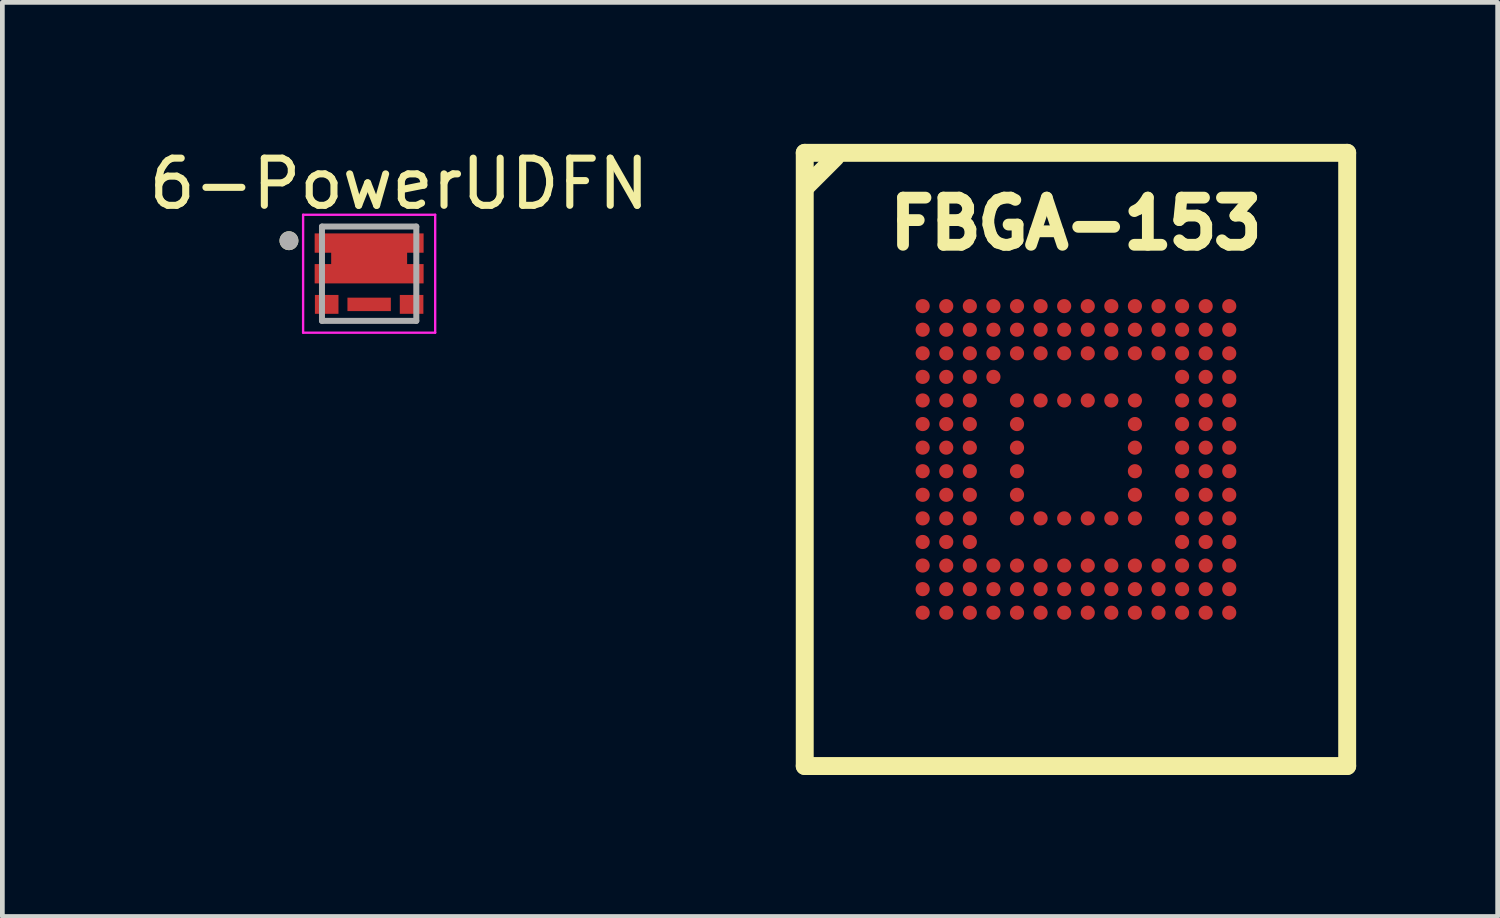
<source format=kicad_pcb>
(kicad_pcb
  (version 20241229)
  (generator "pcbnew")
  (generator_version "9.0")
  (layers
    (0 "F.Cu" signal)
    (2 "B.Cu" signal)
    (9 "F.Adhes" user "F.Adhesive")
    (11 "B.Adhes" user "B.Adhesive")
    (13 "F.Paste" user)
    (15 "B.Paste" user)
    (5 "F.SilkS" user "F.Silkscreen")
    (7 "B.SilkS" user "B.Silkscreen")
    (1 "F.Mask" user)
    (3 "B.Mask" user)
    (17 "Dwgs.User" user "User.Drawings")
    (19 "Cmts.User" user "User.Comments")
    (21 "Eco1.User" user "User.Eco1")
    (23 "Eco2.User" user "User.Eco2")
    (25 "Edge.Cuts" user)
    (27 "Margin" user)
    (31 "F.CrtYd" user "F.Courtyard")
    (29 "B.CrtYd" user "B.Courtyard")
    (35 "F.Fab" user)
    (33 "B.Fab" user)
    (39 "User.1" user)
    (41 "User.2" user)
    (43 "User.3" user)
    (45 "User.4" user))
  (footprint "6-PowerUDFN"
    (layer "F.Cu")
    (at 4.776 2.753)
    (property "Reference" "6-PowerUDFN" (at 0.635 -1.905 0) (layer "F.SilkS") (effects (font (size 1 1) (thickness 0.15))))
    (attr through_hole)
    (fp_poly (pts (xy -1.25 -0.95) (xy 1.25 -0.95) (xy 1.25 -0.375) (xy 0.9 -0.375) (xy 0.9 -0.275) (xy 1.25 -0.275) (xy 1.25 0.3) (xy -1.25 0.3) (xy -1.25 -0.275) (xy -0.9 -0.275) (xy -0.9 -0.375) (xy -1.25 -0.375)) (stroke (width 0.01) (type solid)) (fill yes) (layer "F.Mask"))
    (fp_circle (center -1.7 -0.7) (end -1.6 -0.7) (stroke (width 0.2) (type solid)) (fill no) (layer "F.SilkS"))
    (fp_poly (pts (xy -1.15 -0.85) (xy -0.8 -0.85) (xy -0.8 -0.45) (xy -1.15 -0.45)) (stroke (width 0.01) (type solid)) (fill yes) (layer "F.Paste"))
    (fp_poly (pts (xy -1.15 -0.2) (xy -0.8 -0.2) (xy -0.8 0.2) (xy -1.15 0.2)) (stroke (width 0.01) (type solid)) (fill yes) (layer "F.Paste"))
    (fp_poly (pts (xy -0.505 -0.657) (xy 0.505 -0.657) (xy 0.505 0.007) (xy -0.505 0.007)) (stroke (width 0.01) (type solid)) (fill yes) (layer "F.Paste"))
    (fp_poly (pts (xy 0.8 -0.85) (xy 1.15 -0.85) (xy 1.15 -0.45) (xy 0.8 -0.45)) (stroke (width 0.01) (type solid)) (fill yes) (layer "F.Paste"))
    (fp_poly (pts (xy 0.8 -0.2) (xy 1.15 -0.2) (xy 1.15 0.2) (xy 0.8 0.2)) (stroke (width 0.01) (type solid)) (fill yes) (layer "F.Paste"))
    (fp_line (start -1.4 -1.25) (end 1.4 -1.25) (stroke (width 0.05) (type solid)) (layer "F.CrtYd"))
    (fp_line (start -1.4 1.25) (end -1.4 -1.25) (stroke (width 0.05) (type solid)) (layer "F.CrtYd"))
    (fp_line (start 1.4 -1.25) (end 1.4 1.25) (stroke (width 0.05) (type solid)) (layer "F.CrtYd"))
    (fp_line (start 1.4 1.25) (end -1.4 1.25) (stroke (width 0.05) (type solid)) (layer "F.CrtYd"))
    (fp_line (start -1 -1) (end 1 -1) (stroke (width 0.127) (type solid)) (layer "F.Fab"))
    (fp_line (start -1 1) (end -1 -1) (stroke (width 0.127) (type solid)) (layer "F.Fab"))
    (fp_line (start 1 -1) (end 1 1) (stroke (width 0.127) (type solid)) (layer "F.Fab"))
    (fp_line (start 1 1) (end -1 1) (stroke (width 0.127) (type solid)) (layer "F.Fab"))
    (fp_circle (center -1.7 -0.7) (end -1.6 -0.7) (stroke (width 0.2) (type solid)) (fill no) (layer "F.Fab"))
    (pad "D" smd custom (at 0 -0.325) (size 0.5 0.5) (layers "F.Cu") (options (anchor rect)) (primitives (gr_poly (pts (xy 1.15 -0.125) (xy 0.8 -0.125) (xy 0.8 0.125) (xy 1.15 0.125) (xy 1.15 0.525) (xy -1.15 0.525) (xy -1.15 0.125) (xy -0.8 0.125) (xy -0.8 -0.125) (xy -1.15 -0.125) (xy -1.15 -0.525) (xy 1.15 -0.525)) (width 0.01) (fill yes))))
    (pad "G" smd rect (at -0.9 0.65) (size 0.5 0.4) (layers "F.Cu" "F.Mask" "F.Paste"))
    (pad "S1" smd rect (at 0 0.65) (size 0.92 0.285) (layers "F.Cu" "F.Mask" "F.Paste"))
    (pad "S2" smd rect (at 0.9 0.65) (size 0.5 0.4) (layers "F.Cu" "F.Mask" "F.Paste")))
  (footprint "FBGA-153"
    (layer "F.Cu")
    (at 19.761 6.69)
    (property "Reference" "FBGA-153" (at 0 -5 0) (layer "F.SilkS") (effects (font (size 1 1) (thickness 0.25))))
    (attr smd)
    (fp_line (start -5.75 6.5) (end -5.75 -6.5) (stroke (width 0.38) (type solid)) (layer "F.SilkS"))
    (fp_line (start -5.7 -5.8) (end -5.1 -6.4) (stroke (width 0.38) (type solid)) (layer "F.SilkS"))
    (fp_line (start 5.75 -6.5) (end -5.75 -6.5) (stroke (width 0.38) (type solid)) (layer "F.SilkS"))
    (fp_line (start 5.75 6.5) (end -5.75 6.5) (stroke (width 0.38) (type solid)) (layer "F.SilkS"))
    (fp_line (start 5.75 6.5) (end 5.75 -6.5) (stroke (width 0.38) (type solid)) (layer "F.SilkS"))
    (pad "A1" smd circle (at -3.25 -3.25) (size 0.3 0.3) (layers "F.Cu" "F.Mask" "F.Paste"))
    (pad "A2" smd circle (at -2.75 -3.25) (size 0.3 0.3) (layers "F.Cu" "F.Mask" "F.Paste"))
    (pad "A3" smd circle (at -2.25 -3.25) (size 0.3 0.3) (layers "F.Cu" "F.Mask" "F.Paste"))
    (pad "A4" smd circle (at -1.75 -3.25) (size 0.3 0.3) (layers "F.Cu" "F.Mask" "F.Paste"))
    (pad "A5" smd circle (at -1.25 -3.25) (size 0.3 0.3) (layers "F.Cu" "F.Mask" "F.Paste"))
    (pad "A6" smd circle (at -0.75 -3.25) (size 0.3 0.3) (layers "F.Cu" "F.Mask" "F.Paste"))
    (pad "A7" smd circle (at -0.25 -3.25) (size 0.3 0.3) (layers "F.Cu" "F.Mask" "F.Paste"))
    (pad "A8" smd circle (at 0.25 -3.25) (size 0.3 0.3) (layers "F.Cu" "F.Mask" "F.Paste"))
    (pad "A9" smd circle (at 0.75 -3.25) (size 0.3 0.3) (layers "F.Cu" "F.Mask" "F.Paste"))
    (pad "A10" smd circle (at 1.25 -3.25) (size 0.3 0.3) (layers "F.Cu" "F.Mask" "F.Paste"))
    (pad "A11" smd circle (at 1.75 -3.25) (size 0.3 0.3) (layers "F.Cu" "F.Mask" "F.Paste"))
    (pad "A12" smd circle (at 2.25 -3.25) (size 0.3 0.3) (layers "F.Cu" "F.Mask" "F.Paste"))
    (pad "A13" smd circle (at 2.75 -3.25) (size 0.3 0.3) (layers "F.Cu" "F.Mask" "F.Paste"))
    (pad "A14" smd circle (at 3.25 -3.25) (size 0.3 0.3) (layers "F.Cu" "F.Mask" "F.Paste"))
    (pad "B1" smd circle (at -3.25 -2.75) (size 0.3 0.3) (layers "F.Cu" "F.Mask" "F.Paste"))
    (pad "B2" smd circle (at -2.75 -2.75) (size 0.3 0.3) (layers "F.Cu" "F.Mask" "F.Paste"))
    (pad "B3" smd circle (at -2.25 -2.75) (size 0.3 0.3) (layers "F.Cu" "F.Mask" "F.Paste"))
    (pad "B4" smd circle (at -1.75 -2.75) (size 0.3 0.3) (layers "F.Cu" "F.Mask" "F.Paste"))
    (pad "B5" smd circle (at -1.25 -2.75) (size 0.3 0.3) (layers "F.Cu" "F.Mask" "F.Paste"))
    (pad "B6" smd circle (at -0.75 -2.75) (size 0.3 0.3) (layers "F.Cu" "F.Mask" "F.Paste"))
    (pad "B7" smd circle (at -0.25 -2.75) (size 0.3 0.3) (layers "F.Cu" "F.Mask" "F.Paste"))
    (pad "B8" smd circle (at 0.25 -2.75) (size 0.3 0.3) (layers "F.Cu" "F.Mask" "F.Paste"))
    (pad "B9" smd circle (at 0.75 -2.75) (size 0.3 0.3) (layers "F.Cu" "F.Mask" "F.Paste"))
    (pad "B10" smd circle (at 1.25 -2.75) (size 0.3 0.3) (layers "F.Cu" "F.Mask" "F.Paste"))
    (pad "B11" smd circle (at 1.75 -2.75) (size 0.3 0.3) (layers "F.Cu" "F.Mask" "F.Paste"))
    (pad "B12" smd circle (at 2.25 -2.75) (size 0.3 0.3) (layers "F.Cu" "F.Mask" "F.Paste"))
    (pad "B13" smd circle (at 2.75 -2.75) (size 0.3 0.3) (layers "F.Cu" "F.Mask" "F.Paste"))
    (pad "B14" smd circle (at 3.25 -2.75) (size 0.3 0.3) (layers "F.Cu" "F.Mask" "F.Paste"))
    (pad "C1" smd circle (at -3.25 -2.25) (size 0.3 0.3) (layers "F.Cu" "F.Mask" "F.Paste"))
    (pad "C2" smd circle (at -2.75 -2.25) (size 0.3 0.3) (layers "F.Cu" "F.Mask" "F.Paste"))
    (pad "C3" smd circle (at -2.25 -2.25) (size 0.3 0.3) (layers "F.Cu" "F.Mask" "F.Paste"))
    (pad "C4" smd circle (at -1.75 -2.25) (size 0.3 0.3) (layers "F.Cu" "F.Mask" "F.Paste"))
    (pad "C5" smd circle (at -1.25 -2.25) (size 0.3 0.3) (layers "F.Cu" "F.Mask" "F.Paste"))
    (pad "C6" smd circle (at -0.75 -2.25) (size 0.3 0.3) (layers "F.Cu" "F.Mask" "F.Paste"))
    (pad "C7" smd circle (at -0.25 -2.25) (size 0.3 0.3) (layers "F.Cu" "F.Mask" "F.Paste"))
    (pad "C8" smd circle (at 0.25 -2.25) (size 0.3 0.3) (layers "F.Cu" "F.Mask" "F.Paste"))
    (pad "C9" smd circle (at 0.75 -2.25) (size 0.3 0.3) (layers "F.Cu" "F.Mask" "F.Paste"))
    (pad "C10" smd circle (at 1.25 -2.25) (size 0.3 0.3) (layers "F.Cu" "F.Mask" "F.Paste"))
    (pad "C11" smd circle (at 1.75 -2.25) (size 0.3 0.3) (layers "F.Cu" "F.Mask" "F.Paste"))
    (pad "C12" smd circle (at 2.25 -2.25) (size 0.3 0.3) (layers "F.Cu" "F.Mask" "F.Paste"))
    (pad "C13" smd circle (at 2.75 -2.25) (size 0.3 0.3) (layers "F.Cu" "F.Mask" "F.Paste"))
    (pad "C14" smd circle (at 3.25 -2.25) (size 0.3 0.3) (layers "F.Cu" "F.Mask" "F.Paste"))
    (pad "D1" smd circle (at -3.25 -1.75) (size 0.3 0.3) (layers "F.Cu" "F.Mask" "F.Paste"))
    (pad "D2" smd circle (at -2.75 -1.75) (size 0.3 0.3) (layers "F.Cu" "F.Mask" "F.Paste"))
    (pad "D3" smd circle (at -2.25 -1.75) (size 0.3 0.3) (layers "F.Cu" "F.Mask" "F.Paste"))
    (pad "D4" smd circle (at -1.75 -1.75) (size 0.3 0.3) (layers "F.Cu" "F.Mask" "F.Paste"))
    (pad "D12" smd circle (at 2.25 -1.75) (size 0.3 0.3) (layers "F.Cu" "F.Mask" "F.Paste"))
    (pad "D13" smd circle (at 2.75 -1.75) (size 0.3 0.3) (layers "F.Cu" "F.Mask" "F.Paste"))
    (pad "D14" smd circle (at 3.25 -1.75) (size 0.3 0.3) (layers "F.Cu" "F.Mask" "F.Paste"))
    (pad "E1" smd circle (at -3.25 -1.25) (size 0.3 0.3) (layers "F.Cu" "F.Mask" "F.Paste"))
    (pad "E2" smd circle (at -2.75 -1.25) (size 0.3 0.3) (layers "F.Cu" "F.Mask" "F.Paste"))
    (pad "E3" smd circle (at -2.25 -1.25) (size 0.3 0.3) (layers "F.Cu" "F.Mask" "F.Paste"))
    (pad "E5" smd circle (at -1.25 -1.25) (size 0.3 0.3) (layers "F.Cu" "F.Mask" "F.Paste"))
    (pad "E6" smd circle (at -0.75 -1.25) (size 0.3 0.3) (layers "F.Cu" "F.Mask" "F.Paste"))
    (pad "E7" smd circle (at -0.25 -1.25) (size 0.3 0.3) (layers "F.Cu" "F.Mask" "F.Paste"))
    (pad "E8" smd circle (at 0.25 -1.25) (size 0.3 0.3) (layers "F.Cu" "F.Mask" "F.Paste"))
    (pad "E9" smd circle (at 0.75 -1.25) (size 0.3 0.3) (layers "F.Cu" "F.Mask" "F.Paste"))
    (pad "E10" smd circle (at 1.25 -1.25) (size 0.3 0.3) (layers "F.Cu" "F.Mask" "F.Paste"))
    (pad "E12" smd circle (at 2.25 -1.25) (size 0.3 0.3) (layers "F.Cu" "F.Mask" "F.Paste"))
    (pad "E13" smd circle (at 2.75 -1.25) (size 0.3 0.3) (layers "F.Cu" "F.Mask" "F.Paste"))
    (pad "E14" smd circle (at 3.25 -1.25) (size 0.3 0.3) (layers "F.Cu" "F.Mask" "F.Paste"))
    (pad "F1" smd circle (at -3.25 -0.75) (size 0.3 0.3) (layers "F.Cu" "F.Mask" "F.Paste"))
    (pad "F2" smd circle (at -2.75 -0.75) (size 0.3 0.3) (layers "F.Cu" "F.Mask" "F.Paste"))
    (pad "F3" smd circle (at -2.25 -0.75) (size 0.3 0.3) (layers "F.Cu" "F.Mask" "F.Paste"))
    (pad "F5" smd circle (at -1.25 -0.75) (size 0.3 0.3) (layers "F.Cu" "F.Mask" "F.Paste"))
    (pad "F10" smd circle (at 1.25 -0.75) (size 0.3 0.3) (layers "F.Cu" "F.Mask" "F.Paste"))
    (pad "F12" smd circle (at 2.25 -0.75) (size 0.3 0.3) (layers "F.Cu" "F.Mask" "F.Paste"))
    (pad "F13" smd circle (at 2.75 -0.75) (size 0.3 0.3) (layers "F.Cu" "F.Mask" "F.Paste"))
    (pad "F14" smd circle (at 3.25 -0.75) (size 0.3 0.3) (layers "F.Cu" "F.Mask" "F.Paste"))
    (pad "G1" smd circle (at -3.25 -0.25) (size 0.3 0.3) (layers "F.Cu" "F.Mask" "F.Paste"))
    (pad "G2" smd circle (at -2.75 -0.25) (size 0.3 0.3) (layers "F.Cu" "F.Mask" "F.Paste"))
    (pad "G3" smd circle (at -2.25 -0.25) (size 0.3 0.3) (layers "F.Cu" "F.Mask" "F.Paste"))
    (pad "G5" smd circle (at -1.25 -0.25) (size 0.3 0.3) (layers "F.Cu" "F.Mask" "F.Paste"))
    (pad "G10" smd circle (at 1.25 -0.25) (size 0.3 0.3) (layers "F.Cu" "F.Mask" "F.Paste"))
    (pad "G12" smd circle (at 2.25 -0.25) (size 0.3 0.3) (layers "F.Cu" "F.Mask" "F.Paste"))
    (pad "G13" smd circle (at 2.75 -0.25) (size 0.3 0.3) (layers "F.Cu" "F.Mask" "F.Paste"))
    (pad "G14" smd circle (at 3.25 -0.25) (size 0.3 0.3) (layers "F.Cu" "F.Mask" "F.Paste"))
    (pad "H1" smd circle (at -3.25 0.25) (size 0.3 0.3) (layers "F.Cu" "F.Mask" "F.Paste"))
    (pad "H2" smd circle (at -2.75 0.25) (size 0.3 0.3) (layers "F.Cu" "F.Mask" "F.Paste"))
    (pad "H3" smd circle (at -2.25 0.25) (size 0.3 0.3) (layers "F.Cu" "F.Mask" "F.Paste"))
    (pad "H5" smd circle (at -1.25 0.25) (size 0.3 0.3) (layers "F.Cu" "F.Mask" "F.Paste"))
    (pad "H10" smd circle (at 1.25 0.25) (size 0.3 0.3) (layers "F.Cu" "F.Mask" "F.Paste"))
    (pad "H12" smd circle (at 2.25 0.25) (size 0.3 0.3) (layers "F.Cu" "F.Mask" "F.Paste"))
    (pad "H13" smd circle (at 2.75 0.25) (size 0.3 0.3) (layers "F.Cu" "F.Mask" "F.Paste"))
    (pad "H14" smd circle (at 3.25 0.25) (size 0.3 0.3) (layers "F.Cu" "F.Mask" "F.Paste"))
    (pad "J1" smd circle (at -3.25 0.75) (size 0.3 0.3) (layers "F.Cu" "F.Mask" "F.Paste"))
    (pad "J2" smd circle (at -2.75 0.75) (size 0.3 0.3) (layers "F.Cu" "F.Mask" "F.Paste"))
    (pad "J3" smd circle (at -2.25 0.75) (size 0.3 0.3) (layers "F.Cu" "F.Mask" "F.Paste"))
    (pad "J5" smd circle (at -1.25 0.75) (size 0.3 0.3) (layers "F.Cu" "F.Mask" "F.Paste"))
    (pad "J10" smd circle (at 1.25 0.75) (size 0.3 0.3) (layers "F.Cu" "F.Mask" "F.Paste"))
    (pad "J12" smd circle (at 2.25 0.75) (size 0.3 0.3) (layers "F.Cu" "F.Mask" "F.Paste"))
    (pad "J13" smd circle (at 2.75 0.75) (size 0.3 0.3) (layers "F.Cu" "F.Mask" "F.Paste"))
    (pad "J14" smd circle (at 3.25 0.75) (size 0.3 0.3) (layers "F.Cu" "F.Mask" "F.Paste"))
    (pad "K1" smd circle (at -3.25 1.25) (size 0.3 0.3) (layers "F.Cu" "F.Mask" "F.Paste"))
    (pad "K2" smd circle (at -2.75 1.25) (size 0.3 0.3) (layers "F.Cu" "F.Mask" "F.Paste"))
    (pad "K3" smd circle (at -2.25 1.25) (size 0.3 0.3) (layers "F.Cu" "F.Mask" "F.Paste"))
    (pad "K5" smd circle (at -1.25 1.25) (size 0.3 0.3) (layers "F.Cu" "F.Mask" "F.Paste"))
    (pad "K6" smd circle (at -0.75 1.25) (size 0.3 0.3) (layers "F.Cu" "F.Mask" "F.Paste"))
    (pad "K7" smd circle (at -0.25 1.25) (size 0.3 0.3) (layers "F.Cu" "F.Mask" "F.Paste"))
    (pad "K8" smd circle (at 0.25 1.25) (size 0.3 0.3) (layers "F.Cu" "F.Mask" "F.Paste"))
    (pad "K9" smd circle (at 0.75 1.25) (size 0.3 0.3) (layers "F.Cu" "F.Mask" "F.Paste"))
    (pad "K10" smd circle (at 1.25 1.25) (size 0.3 0.3) (layers "F.Cu" "F.Mask" "F.Paste"))
    (pad "K12" smd circle (at 2.25 1.25) (size 0.3 0.3) (layers "F.Cu" "F.Mask" "F.Paste"))
    (pad "K13" smd circle (at 2.75 1.25) (size 0.3 0.3) (layers "F.Cu" "F.Mask" "F.Paste"))
    (pad "K14" smd circle (at 3.25 1.25) (size 0.3 0.3) (layers "F.Cu" "F.Mask" "F.Paste"))
    (pad "L1" smd circle (at -3.25 1.75) (size 0.3 0.3) (layers "F.Cu" "F.Mask" "F.Paste"))
    (pad "L2" smd circle (at -2.75 1.75) (size 0.3 0.3) (layers "F.Cu" "F.Mask" "F.Paste"))
    (pad "L3" smd circle (at -2.25 1.75) (size 0.3 0.3) (layers "F.Cu" "F.Mask" "F.Paste"))
    (pad "L12" smd circle (at 2.25 1.75) (size 0.3 0.3) (layers "F.Cu" "F.Mask" "F.Paste"))
    (pad "L13" smd circle (at 2.75 1.75) (size 0.3 0.3) (layers "F.Cu" "F.Mask" "F.Paste"))
    (pad "L14" smd circle (at 3.25 1.75) (size 0.3 0.3) (layers "F.Cu" "F.Mask" "F.Paste"))
    (pad "M1" smd circle (at -3.25 2.25) (size 0.3 0.3) (layers "F.Cu" "F.Mask" "F.Paste"))
    (pad "M2" smd circle (at -2.75 2.25) (size 0.3 0.3) (layers "F.Cu" "F.Mask" "F.Paste"))
    (pad "M3" smd circle (at -2.25 2.25) (size 0.3 0.3) (layers "F.Cu" "F.Mask" "F.Paste"))
    (pad "M4" smd circle (at -1.75 2.25) (size 0.3 0.3) (layers "F.Cu" "F.Mask" "F.Paste"))
    (pad "M5" smd circle (at -1.25 2.25) (size 0.3 0.3) (layers "F.Cu" "F.Mask" "F.Paste"))
    (pad "M6" smd circle (at -0.75 2.25) (size 0.3 0.3) (layers "F.Cu" "F.Mask" "F.Paste"))
    (pad "M7" smd circle (at -0.25 2.25) (size 0.3 0.3) (layers "F.Cu" "F.Mask" "F.Paste"))
    (pad "M8" smd circle (at 0.25 2.25) (size 0.3 0.3) (layers "F.Cu" "F.Mask" "F.Paste"))
    (pad "M9" smd circle (at 0.75 2.25) (size 0.3 0.3) (layers "F.Cu" "F.Mask" "F.Paste"))
    (pad "M10" smd circle (at 1.25 2.25) (size 0.3 0.3) (layers "F.Cu" "F.Mask" "F.Paste"))
    (pad "M11" smd circle (at 1.75 2.25) (size 0.3 0.3) (layers "F.Cu" "F.Mask" "F.Paste"))
    (pad "M12" smd circle (at 2.25 2.25) (size 0.3 0.3) (layers "F.Cu" "F.Mask" "F.Paste"))
    (pad "M13" smd circle (at 2.75 2.25) (size 0.3 0.3) (layers "F.Cu" "F.Mask" "F.Paste"))
    (pad "M14" smd circle (at 3.25 2.25) (size 0.3 0.3) (layers "F.Cu" "F.Mask" "F.Paste"))
    (pad "N1" smd circle (at -3.25 2.75) (size 0.3 0.3) (layers "F.Cu" "F.Mask" "F.Paste"))
    (pad "N2" smd circle (at -2.75 2.75) (size 0.3 0.3) (layers "F.Cu" "F.Mask" "F.Paste"))
    (pad "N3" smd circle (at -2.25 2.75) (size 0.3 0.3) (layers "F.Cu" "F.Mask" "F.Paste"))
    (pad "N4" smd circle (at -1.75 2.75) (size 0.3 0.3) (layers "F.Cu" "F.Mask" "F.Paste"))
    (pad "N5" smd circle (at -1.25 2.75) (size 0.3 0.3) (layers "F.Cu" "F.Mask" "F.Paste"))
    (pad "N6" smd circle (at -0.75 2.75) (size 0.3 0.3) (layers "F.Cu" "F.Mask" "F.Paste"))
    (pad "N7" smd circle (at -0.25 2.75) (size 0.3 0.3) (layers "F.Cu" "F.Mask" "F.Paste"))
    (pad "N8" smd circle (at 0.25 2.75) (size 0.3 0.3) (layers "F.Cu" "F.Mask" "F.Paste"))
    (pad "N9" smd circle (at 0.75 2.75) (size 0.3 0.3) (layers "F.Cu" "F.Mask" "F.Paste"))
    (pad "N10" smd circle (at 1.25 2.75) (size 0.3 0.3) (layers "F.Cu" "F.Mask" "F.Paste"))
    (pad "N11" smd circle (at 1.75 2.75) (size 0.3 0.3) (layers "F.Cu" "F.Mask" "F.Paste"))
    (pad "N12" smd circle (at 2.25 2.75) (size 0.3 0.3) (layers "F.Cu" "F.Mask" "F.Paste"))
    (pad "N13" smd circle (at 2.75 2.75) (size 0.3 0.3) (layers "F.Cu" "F.Mask" "F.Paste"))
    (pad "N14" smd circle (at 3.25 2.75) (size 0.3 0.3) (layers "F.Cu" "F.Mask" "F.Paste"))
    (pad "P1" smd circle (at -3.25 3.25) (size 0.3 0.3) (layers "F.Cu" "F.Mask" "F.Paste"))
    (pad "P2" smd circle (at -2.75 3.25) (size 0.3 0.3) (layers "F.Cu" "F.Mask" "F.Paste"))
    (pad "P3" smd circle (at -2.25 3.25) (size 0.3 0.3) (layers "F.Cu" "F.Mask" "F.Paste"))
    (pad "P4" smd circle (at -1.75 3.25) (size 0.3 0.3) (layers "F.Cu" "F.Mask" "F.Paste"))
    (pad "P5" smd circle (at -1.25 3.25) (size 0.3 0.3) (layers "F.Cu" "F.Mask" "F.Paste"))
    (pad "P6" smd circle (at -0.75 3.25) (size 0.3 0.3) (layers "F.Cu" "F.Mask" "F.Paste"))
    (pad "P7" smd circle (at -0.25 3.25) (size 0.3 0.3) (layers "F.Cu" "F.Mask" "F.Paste"))
    (pad "P8" smd circle (at 0.25 3.25) (size 0.3 0.3) (layers "F.Cu" "F.Mask" "F.Paste"))
    (pad "P9" smd circle (at 0.75 3.25) (size 0.3 0.3) (layers "F.Cu" "F.Mask" "F.Paste"))
    (pad "P10" smd circle (at 1.25 3.25) (size 0.3 0.3) (layers "F.Cu" "F.Mask" "F.Paste"))
    (pad "P11" smd circle (at 1.75 3.25) (size 0.3 0.3) (layers "F.Cu" "F.Mask" "F.Paste"))
    (pad "P12" smd circle (at 2.25 3.25) (size 0.3 0.3) (layers "F.Cu" "F.Mask" "F.Paste"))
    (pad "P13" smd circle (at 2.75 3.25) (size 0.3 0.3) (layers "F.Cu" "F.Mask" "F.Paste"))
    (pad "P14" smd circle (at 3.25 3.25) (size 0.3 0.3) (layers "F.Cu" "F.Mask" "F.Paste")))
  (gr_rect
    (start -3 -3)
    (end 28.701 16.38)
    (stroke (width 0.1) (type default))
    (fill no)
    (layer "Edge.Cuts")))
</source>
